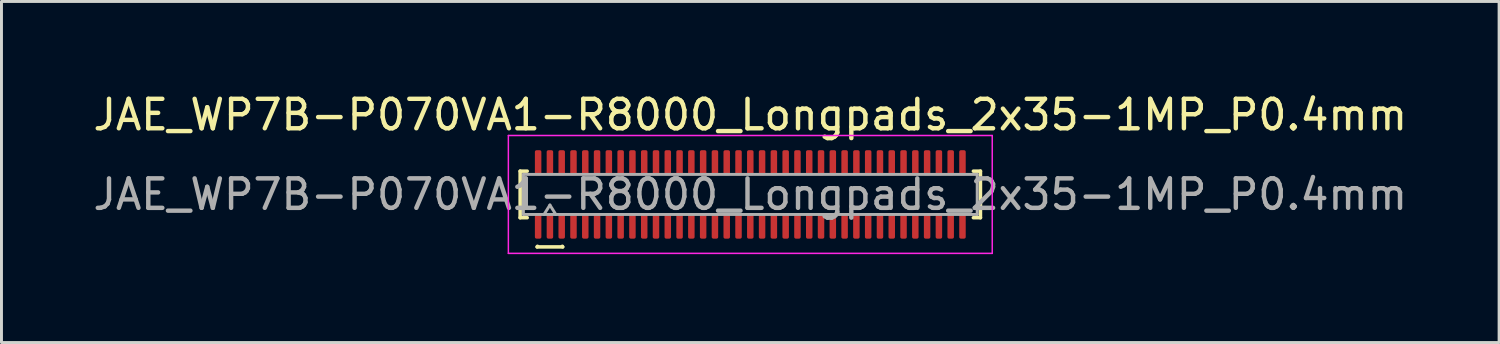
<source format=kicad_pcb>
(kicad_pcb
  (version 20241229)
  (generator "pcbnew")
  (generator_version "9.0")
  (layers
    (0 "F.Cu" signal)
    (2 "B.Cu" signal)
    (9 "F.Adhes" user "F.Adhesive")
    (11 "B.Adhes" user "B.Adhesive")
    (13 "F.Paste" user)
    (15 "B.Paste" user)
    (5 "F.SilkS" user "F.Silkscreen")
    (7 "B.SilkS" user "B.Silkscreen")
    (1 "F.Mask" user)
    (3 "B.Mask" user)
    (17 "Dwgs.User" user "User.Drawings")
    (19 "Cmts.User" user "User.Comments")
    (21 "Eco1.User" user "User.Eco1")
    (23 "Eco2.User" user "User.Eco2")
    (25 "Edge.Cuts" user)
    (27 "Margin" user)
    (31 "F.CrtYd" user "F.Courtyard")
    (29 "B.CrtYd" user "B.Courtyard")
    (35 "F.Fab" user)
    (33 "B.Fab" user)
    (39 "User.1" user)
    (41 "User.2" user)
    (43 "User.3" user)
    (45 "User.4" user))
  (footprint "JAE_WP7B-P070VA1-R8000_Longpads_2x35-1MP_P0.4mm"
    (layer "F.Cu")
    (at 22.411 3.548)
    (property "Reference" "JAE_WP7B-P070VA1-R8000_Longpads_2x35-1MP_P0.4mm" (at 0 -2.7 0) (layer "F.SilkS") (effects (font (size 1 1) (thickness 0.15))))
    (attr smd)
    (fp_line (start -7.81 -0.79) (end -7.57 -0.79) (stroke (width 0.12) (type solid)) (layer "F.SilkS"))
    (fp_line (start -7.81 0.79) (end -7.81 -0.79) (stroke (width 0.12) (type solid)) (layer "F.SilkS"))
    (fp_line (start -7.57 0.79) (end -7.81 0.79) (stroke (width 0.12) (type solid)) (layer "F.SilkS"))
    (fp_line (start -7.233 1.78) (end -7.221 1.76) (stroke (width 0.12) (type solid)) (layer "F.SilkS"))
    (fp_line (start -6.379 1.76) (end -6.367 1.78) (stroke (width 0.12) (type solid)) (layer "F.SilkS"))
    (fp_line (start -6.367 1.78) (end -7.233 1.78) (stroke (width 0.12) (type solid)) (layer "F.SilkS"))
    (fp_line (start 7.57 -0.79) (end 7.81 -0.79) (stroke (width 0.12) (type solid)) (layer "F.SilkS"))
    (fp_line (start 7.81 -0.79) (end 7.81 0.79) (stroke (width 0.12) (type solid)) (layer "F.SilkS"))
    (fp_line (start 7.81 0.79) (end 7.57 0.79) (stroke (width 0.12) (type solid)) (layer "F.SilkS"))
    (fp_line (start -8.21 -2) (end -8.21 2) (stroke (width 0.05) (type solid)) (layer "F.CrtYd"))
    (fp_line (start -8.21 2) (end 8.21 2) (stroke (width 0.05) (type solid)) (layer "F.CrtYd"))
    (fp_line (start 8.21 -2) (end -8.21 -2) (stroke (width 0.05) (type solid)) (layer "F.CrtYd"))
    (fp_line (start 8.21 2) (end 8.21 -2) (stroke (width 0.05) (type solid)) (layer "F.CrtYd"))
    (fp_line (start -7.7 -0.68) (end 7.7 -0.68) (stroke (width 0.1) (type solid)) (layer "F.Fab"))
    (fp_line (start -7.7 0.68) (end -7.7 -0.68) (stroke (width 0.1) (type solid)) (layer "F.Fab"))
    (fp_line (start -7 0.68) (end -6.8 0.36) (stroke (width 0.1) (type solid)) (layer "F.Fab"))
    (fp_line (start -6.8 0.36) (end -6.6 0.68) (stroke (width 0.1) (type solid)) (layer "F.Fab"))
    (fp_line (start 7.7 -0.68) (end 7.7 0.68) (stroke (width 0.1) (type solid)) (layer "F.Fab"))
    (fp_line (start 7.7 0.68) (end -7.7 0.68) (stroke (width 0.1) (type solid)) (layer "F.Fab"))
    (fp_text user "${REFERENCE}" (at 0 0 0) (layer "F.Fab") (effects (font (size 1 1) (thickness 0.15))))
    (pad "1" smd roundrect (at -6.8 1.075) (size 0.22 0.85) (layers "F.Cu" "F.Mask" "F.Paste") (roundrect_rratio 0.25))
    (pad "2" smd roundrect (at -6.8 -1.075) (size 0.22 0.85) (layers "F.Cu" "F.Mask" "F.Paste") (roundrect_rratio 0.25))
    (pad "3" smd roundrect (at -6.4 1.075) (size 0.22 0.85) (layers "F.Cu" "F.Mask" "F.Paste") (roundrect_rratio 0.25))
    (pad "4" smd roundrect (at -6.4 -1.075) (size 0.22 0.85) (layers "F.Cu" "F.Mask" "F.Paste") (roundrect_rratio 0.25))
    (pad "5" smd roundrect (at -6 1.075) (size 0.22 0.85) (layers "F.Cu" "F.Mask" "F.Paste") (roundrect_rratio 0.25))
    (pad "6" smd roundrect (at -6 -1.075) (size 0.22 0.85) (layers "F.Cu" "F.Mask" "F.Paste") (roundrect_rratio 0.25))
    (pad "7" smd roundrect (at -5.6 1.075) (size 0.22 0.85) (layers "F.Cu" "F.Mask" "F.Paste") (roundrect_rratio 0.25))
    (pad "8" smd roundrect (at -5.6 -1.075) (size 0.22 0.85) (layers "F.Cu" "F.Mask" "F.Paste") (roundrect_rratio 0.25))
    (pad "9" smd roundrect (at -5.2 1.075) (size 0.22 0.85) (layers "F.Cu" "F.Mask" "F.Paste") (roundrect_rratio 0.25))
    (pad "10" smd roundrect (at -5.2 -1.075) (size 0.22 0.85) (layers "F.Cu" "F.Mask" "F.Paste") (roundrect_rratio 0.25))
    (pad "11" smd roundrect (at -4.8 1.075) (size 0.22 0.85) (layers "F.Cu" "F.Mask" "F.Paste") (roundrect_rratio 0.25))
    (pad "12" smd roundrect (at -4.8 -1.075) (size 0.22 0.85) (layers "F.Cu" "F.Mask" "F.Paste") (roundrect_rratio 0.25))
    (pad "13" smd roundrect (at -4.4 1.075) (size 0.22 0.85) (layers "F.Cu" "F.Mask" "F.Paste") (roundrect_rratio 0.25))
    (pad "14" smd roundrect (at -4.4 -1.075) (size 0.22 0.85) (layers "F.Cu" "F.Mask" "F.Paste") (roundrect_rratio 0.25))
    (pad "15" smd roundrect (at -4 1.075) (size 0.22 0.85) (layers "F.Cu" "F.Mask" "F.Paste") (roundrect_rratio 0.25))
    (pad "16" smd roundrect (at -4 -1.075) (size 0.22 0.85) (layers "F.Cu" "F.Mask" "F.Paste") (roundrect_rratio 0.25))
    (pad "17" smd roundrect (at -3.6 1.075) (size 0.22 0.85) (layers "F.Cu" "F.Mask" "F.Paste") (roundrect_rratio 0.25))
    (pad "18" smd roundrect (at -3.6 -1.075) (size 0.22 0.85) (layers "F.Cu" "F.Mask" "F.Paste") (roundrect_rratio 0.25))
    (pad "19" smd roundrect (at -3.2 1.075) (size 0.22 0.85) (layers "F.Cu" "F.Mask" "F.Paste") (roundrect_rratio 0.25))
    (pad "20" smd roundrect (at -3.2 -1.075) (size 0.22 0.85) (layers "F.Cu" "F.Mask" "F.Paste") (roundrect_rratio 0.25))
    (pad "21" smd roundrect (at -2.8 1.075) (size 0.22 0.85) (layers "F.Cu" "F.Mask" "F.Paste") (roundrect_rratio 0.25))
    (pad "22" smd roundrect (at -2.8 -1.075) (size 0.22 0.85) (layers "F.Cu" "F.Mask" "F.Paste") (roundrect_rratio 0.25))
    (pad "23" smd roundrect (at -2.4 1.075) (size 0.22 0.85) (layers "F.Cu" "F.Mask" "F.Paste") (roundrect_rratio 0.25))
    (pad "24" smd roundrect (at -2.4 -1.075) (size 0.22 0.85) (layers "F.Cu" "F.Mask" "F.Paste") (roundrect_rratio 0.25))
    (pad "25" smd roundrect (at -2 1.075) (size 0.22 0.85) (layers "F.Cu" "F.Mask" "F.Paste") (roundrect_rratio 0.25))
    (pad "26" smd roundrect (at -2 -1.075) (size 0.22 0.85) (layers "F.Cu" "F.Mask" "F.Paste") (roundrect_rratio 0.25))
    (pad "27" smd roundrect (at -1.6 1.075) (size 0.22 0.85) (layers "F.Cu" "F.Mask" "F.Paste") (roundrect_rratio 0.25))
    (pad "28" smd roundrect (at -1.6 -1.075) (size 0.22 0.85) (layers "F.Cu" "F.Mask" "F.Paste") (roundrect_rratio 0.25))
    (pad "29" smd roundrect (at -1.2 1.075) (size 0.22 0.85) (layers "F.Cu" "F.Mask" "F.Paste") (roundrect_rratio 0.25))
    (pad "30" smd roundrect (at -1.2 -1.075) (size 0.22 0.85) (layers "F.Cu" "F.Mask" "F.Paste") (roundrect_rratio 0.25))
    (pad "31" smd roundrect (at -0.8 1.075) (size 0.22 0.85) (layers "F.Cu" "F.Mask" "F.Paste") (roundrect_rratio 0.25))
    (pad "32" smd roundrect (at -0.8 -1.075) (size 0.22 0.85) (layers "F.Cu" "F.Mask" "F.Paste") (roundrect_rratio 0.25))
    (pad "33" smd roundrect (at -0.4 1.075) (size 0.22 0.85) (layers "F.Cu" "F.Mask" "F.Paste") (roundrect_rratio 0.25))
    (pad "34" smd roundrect (at -0.4 -1.075) (size 0.22 0.85) (layers "F.Cu" "F.Mask" "F.Paste") (roundrect_rratio 0.25))
    (pad "35" smd roundrect (at 0 1.075) (size 0.22 0.85) (layers "F.Cu" "F.Mask" "F.Paste") (roundrect_rratio 0.25))
    (pad "36" smd roundrect (at 0 -1.075) (size 0.22 0.85) (layers "F.Cu" "F.Mask" "F.Paste") (roundrect_rratio 0.25))
    (pad "37" smd roundrect (at 0.4 1.075) (size 0.22 0.85) (layers "F.Cu" "F.Mask" "F.Paste") (roundrect_rratio 0.25))
    (pad "38" smd roundrect (at 0.4 -1.075) (size 0.22 0.85) (layers "F.Cu" "F.Mask" "F.Paste") (roundrect_rratio 0.25))
    (pad "39" smd roundrect (at 0.8 1.075) (size 0.22 0.85) (layers "F.Cu" "F.Mask" "F.Paste") (roundrect_rratio 0.25))
    (pad "40" smd roundrect (at 0.8 -1.075) (size 0.22 0.85) (layers "F.Cu" "F.Mask" "F.Paste") (roundrect_rratio 0.25))
    (pad "41" smd roundrect (at 1.2 1.075) (size 0.22 0.85) (layers "F.Cu" "F.Mask" "F.Paste") (roundrect_rratio 0.25))
    (pad "42" smd roundrect (at 1.2 -1.075) (size 0.22 0.85) (layers "F.Cu" "F.Mask" "F.Paste") (roundrect_rratio 0.25))
    (pad "43" smd roundrect (at 1.6 1.075) (size 0.22 0.85) (layers "F.Cu" "F.Mask" "F.Paste") (roundrect_rratio 0.25))
    (pad "44" smd roundrect (at 1.6 -1.075) (size 0.22 0.85) (layers "F.Cu" "F.Mask" "F.Paste") (roundrect_rratio 0.25))
    (pad "45" smd roundrect (at 2 1.075) (size 0.22 0.85) (layers "F.Cu" "F.Mask" "F.Paste") (roundrect_rratio 0.25))
    (pad "46" smd roundrect (at 2 -1.075) (size 0.22 0.85) (layers "F.Cu" "F.Mask" "F.Paste") (roundrect_rratio 0.25))
    (pad "47" smd roundrect (at 2.4 1.075) (size 0.22 0.85) (layers "F.Cu" "F.Mask" "F.Paste") (roundrect_rratio 0.25))
    (pad "48" smd roundrect (at 2.4 -1.075) (size 0.22 0.85) (layers "F.Cu" "F.Mask" "F.Paste") (roundrect_rratio 0.25))
    (pad "49" smd roundrect (at 2.8 1.075) (size 0.22 0.85) (layers "F.Cu" "F.Mask" "F.Paste") (roundrect_rratio 0.25))
    (pad "50" smd roundrect (at 2.8 -1.075) (size 0.22 0.85) (layers "F.Cu" "F.Mask" "F.Paste") (roundrect_rratio 0.25))
    (pad "51" smd roundrect (at 3.2 1.075) (size 0.22 0.85) (layers "F.Cu" "F.Mask" "F.Paste") (roundrect_rratio 0.25))
    (pad "52" smd roundrect (at 3.2 -1.075) (size 0.22 0.85) (layers "F.Cu" "F.Mask" "F.Paste") (roundrect_rratio 0.25))
    (pad "53" smd roundrect (at 3.6 1.075) (size 0.22 0.85) (layers "F.Cu" "F.Mask" "F.Paste") (roundrect_rratio 0.25))
    (pad "54" smd roundrect (at 3.6 -1.075) (size 0.22 0.85) (layers "F.Cu" "F.Mask" "F.Paste") (roundrect_rratio 0.25))
    (pad "55" smd roundrect (at 4 1.075) (size 0.22 0.85) (layers "F.Cu" "F.Mask" "F.Paste") (roundrect_rratio 0.25))
    (pad "56" smd roundrect (at 4 -1.075) (size 0.22 0.85) (layers "F.Cu" "F.Mask" "F.Paste") (roundrect_rratio 0.25))
    (pad "57" smd roundrect (at 4.4 1.075) (size 0.22 0.85) (layers "F.Cu" "F.Mask" "F.Paste") (roundrect_rratio 0.25))
    (pad "58" smd roundrect (at 4.4 -1.075) (size 0.22 0.85) (layers "F.Cu" "F.Mask" "F.Paste") (roundrect_rratio 0.25))
    (pad "59" smd roundrect (at 4.8 1.075) (size 0.22 0.85) (layers "F.Cu" "F.Mask" "F.Paste") (roundrect_rratio 0.25))
    (pad "60" smd roundrect (at 4.8 -1.075) (size 0.22 0.85) (layers "F.Cu" "F.Mask" "F.Paste") (roundrect_rratio 0.25))
    (pad "61" smd roundrect (at 5.2 1.075) (size 0.22 0.85) (layers "F.Cu" "F.Mask" "F.Paste") (roundrect_rratio 0.25))
    (pad "62" smd roundrect (at 5.2 -1.075) (size 0.22 0.85) (layers "F.Cu" "F.Mask" "F.Paste") (roundrect_rratio 0.25))
    (pad "63" smd roundrect (at 5.6 1.075) (size 0.22 0.85) (layers "F.Cu" "F.Mask" "F.Paste") (roundrect_rratio 0.25))
    (pad "64" smd roundrect (at 5.6 -1.075) (size 0.22 0.85) (layers "F.Cu" "F.Mask" "F.Paste") (roundrect_rratio 0.25))
    (pad "65" smd roundrect (at 6 1.075) (size 0.22 0.85) (layers "F.Cu" "F.Mask" "F.Paste") (roundrect_rratio 0.25))
    (pad "66" smd roundrect (at 6 -1.075) (size 0.22 0.85) (layers "F.Cu" "F.Mask" "F.Paste") (roundrect_rratio 0.25))
    (pad "67" smd roundrect (at 6.4 1.075) (size 0.22 0.85) (layers "F.Cu" "F.Mask" "F.Paste") (roundrect_rratio 0.25))
    (pad "68" smd roundrect (at 6.4 -1.075) (size 0.22 0.85) (layers "F.Cu" "F.Mask" "F.Paste") (roundrect_rratio 0.25))
    (pad "69" smd roundrect (at 6.8 1.075) (size 0.22 0.85) (layers "F.Cu" "F.Mask" "F.Paste") (roundrect_rratio 0.25))
    (pad "70" smd roundrect (at 6.8 -1.075) (size 0.22 0.85) (layers "F.Cu" "F.Mask" "F.Paste") (roundrect_rratio 0.25))
    (pad "MP" smd roundrect (at -7.2 -1.075) (size 0.22 0.85) (layers "F.Cu" "F.Mask" "F.Paste") (roundrect_rratio 0.25))
    (pad "MP" smd roundrect (at -7.2 1.075) (size 0.22 0.85) (layers "F.Cu" "F.Mask" "F.Paste") (roundrect_rratio 0.25))
    (pad "MP" smd roundrect (at 7.2 -1.075) (size 0.22 0.85) (layers "F.Cu" "F.Mask" "F.Paste") (roundrect_rratio 0.25))
    (pad "MP" smd roundrect (at 7.2 1.075) (size 0.22 0.85) (layers "F.Cu" "F.Mask" "F.Paste") (roundrect_rratio 0.25)))
  (gr_rect
    (start -3 -3)
    (end 47.821 8.573)
    (stroke (width 0.1) (type default))
    (fill no)
    (layer "Edge.Cuts")))
</source>
